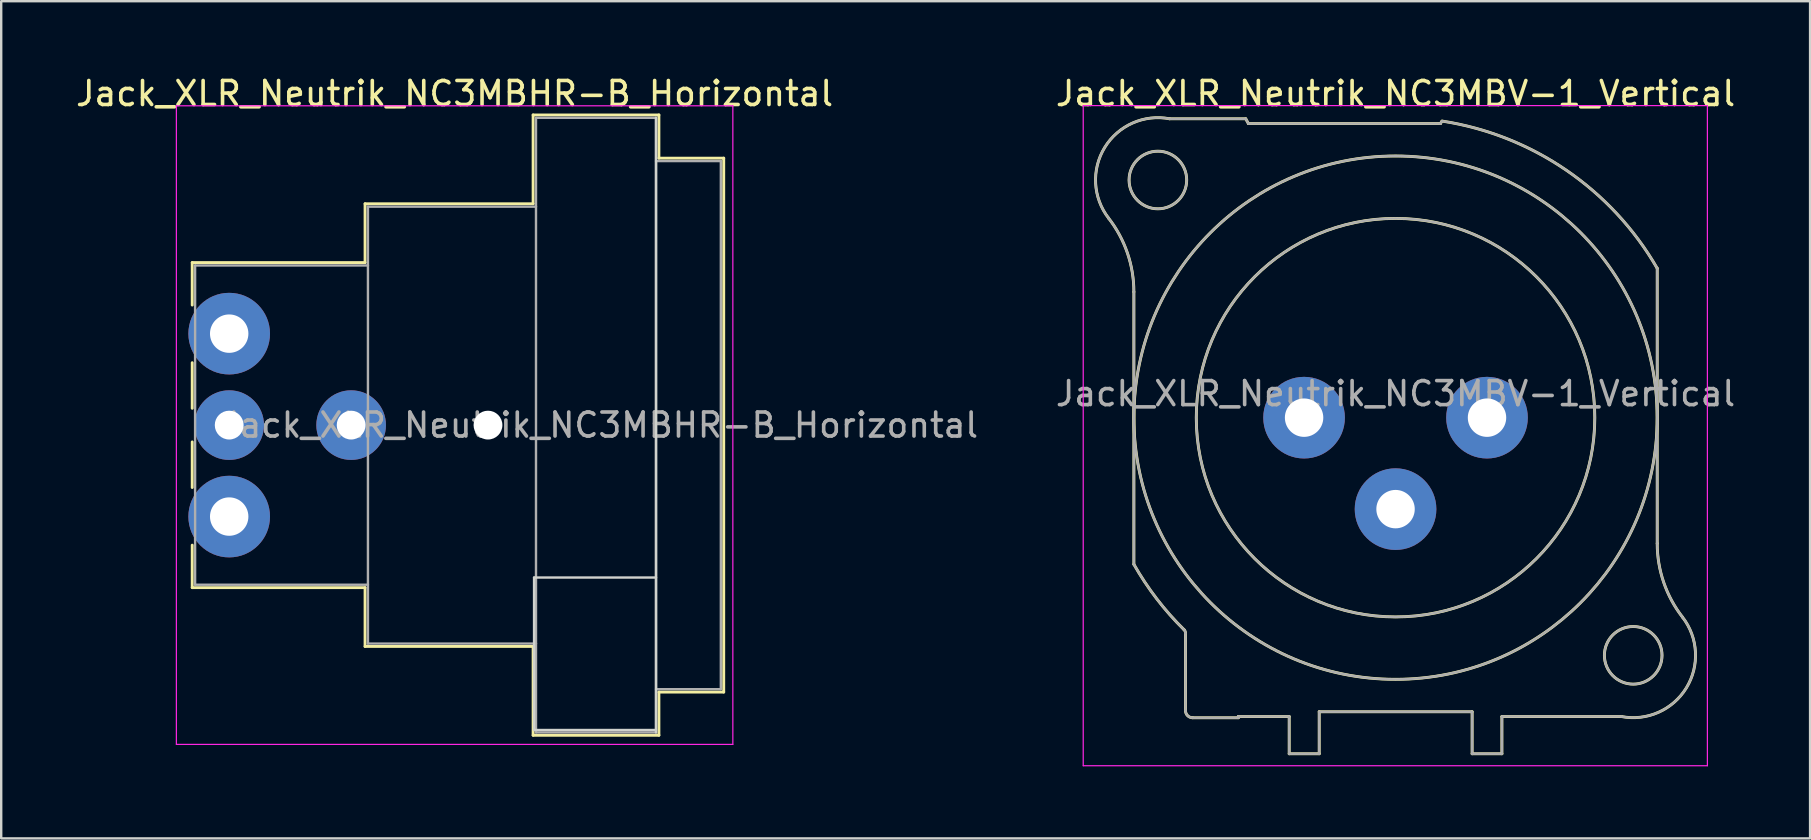
<source format=kicad_pcb>
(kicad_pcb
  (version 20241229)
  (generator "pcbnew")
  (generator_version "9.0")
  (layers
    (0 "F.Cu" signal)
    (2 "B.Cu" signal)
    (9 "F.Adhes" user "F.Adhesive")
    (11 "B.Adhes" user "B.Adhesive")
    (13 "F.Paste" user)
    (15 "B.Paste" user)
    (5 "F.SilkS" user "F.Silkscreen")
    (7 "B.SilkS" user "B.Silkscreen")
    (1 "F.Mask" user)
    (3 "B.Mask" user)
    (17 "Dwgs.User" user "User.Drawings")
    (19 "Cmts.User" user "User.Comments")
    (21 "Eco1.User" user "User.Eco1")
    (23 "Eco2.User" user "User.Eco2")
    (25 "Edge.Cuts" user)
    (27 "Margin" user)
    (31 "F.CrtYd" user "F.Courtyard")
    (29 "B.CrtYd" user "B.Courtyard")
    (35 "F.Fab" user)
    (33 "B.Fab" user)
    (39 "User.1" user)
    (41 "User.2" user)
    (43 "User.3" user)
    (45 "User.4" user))
  (footprint "Jack_XLR_Neutrik_NC3MBHR-B_Horizontal"
    (layer "F.Cu")
    (at 6.497 10.848)
    (property "Reference" "Jack_XLR_Neutrik_NC3MBHR-B_Horizontal" (at 9.39 -10 0) (layer "F.SilkS") (effects (font (size 1 1) (thickness 0.15))))
    (attr through_hole)
    (fp_line (start -1.54 -2.96) (end -1.54 -1.19) (stroke (width 0.12) (type solid)) (layer "F.SilkS"))
    (fp_line (start -1.54 3.11) (end -1.54 1.21) (stroke (width 0.12) (type solid)) (layer "F.SilkS"))
    (fp_line (start -1.54 4.51) (end -1.54 6.41) (stroke (width 0.12) (type solid)) (layer "F.SilkS"))
    (fp_line (start -1.54 8.81) (end -1.54 10.58) (stroke (width 0.12) (type solid)) (layer "F.SilkS"))
    (fp_line (start 5.66 -2.96) (end -1.54 -2.96) (stroke (width 0.12) (type solid)) (layer "F.SilkS"))
    (fp_line (start 5.66 -2.96) (end 5.66 -5.41) (stroke (width 0.12) (type solid)) (layer "F.SilkS"))
    (fp_line (start 5.66 10.58) (end -1.54 10.58) (stroke (width 0.12) (type solid)) (layer "F.SilkS"))
    (fp_line (start 5.66 10.58) (end 5.66 13.03) (stroke (width 0.12) (type solid)) (layer "F.SilkS"))
    (fp_line (start 12.66 -5.41) (end 5.66 -5.41) (stroke (width 0.12) (type solid)) (layer "F.SilkS"))
    (fp_line (start 12.66 -5.41) (end 12.66 -9.11) (stroke (width 0.12) (type solid)) (layer "F.SilkS"))
    (fp_line (start 12.66 13.03) (end 5.66 13.03) (stroke (width 0.12) (type solid)) (layer "F.SilkS"))
    (fp_line (start 12.66 16.73) (end 12.66 13.03) (stroke (width 0.12) (type solid)) (layer "F.SilkS"))
    (fp_line (start 17.9 -9.11) (end 12.66 -9.11) (stroke (width 0.12) (type solid)) (layer "F.SilkS"))
    (fp_line (start 17.9 -9.11) (end 17.9 -7.31) (stroke (width 0.12) (type solid)) (layer "F.SilkS"))
    (fp_line (start 17.9 -7.31) (end 20.6 -7.31) (stroke (width 0.12) (type solid)) (layer "F.SilkS"))
    (fp_line (start 17.9 14.93) (end 17.9 16.73) (stroke (width 0.12) (type solid)) (layer "F.SilkS"))
    (fp_line (start 17.9 14.93) (end 20.6 14.93) (stroke (width 0.12) (type solid)) (layer "F.SilkS"))
    (fp_line (start 17.9 16.73) (end 12.66 16.73) (stroke (width 0.12) (type solid)) (layer "F.SilkS"))
    (fp_line (start 20.6 -7.31) (end 20.6 14.93) (stroke (width 0.12) (type solid)) (layer "F.SilkS"))
    (fp_line (start 12.7 10.16) (end 12.7 16.51) (stroke (width 0.1) (type solid)) (layer "Edge.Cuts"))
    (fp_line (start 12.7 16.51) (end 17.78 16.51) (stroke (width 0.1) (type solid)) (layer "Edge.Cuts"))
    (fp_line (start 17.78 -8.99) (end 17.78 16.61) (stroke (width 0.1) (type solid)) (layer "Edge.Cuts"))
    (fp_line (start 17.78 10.16) (end 12.7 10.16) (stroke (width 0.1) (type solid)) (layer "Edge.Cuts"))
    (fp_line (start -2.2 -9.49) (end -2.2 17.11) (stroke (width 0.05) (type solid)) (layer "F.CrtYd"))
    (fp_line (start 20.98 -9.49) (end -2.2 -9.49) (stroke (width 0.05) (type solid)) (layer "F.CrtYd"))
    (fp_line (start 20.98 -9.49) (end 20.98 17.11) (stroke (width 0.05) (type solid)) (layer "F.CrtYd"))
    (fp_line (start 20.98 17.11) (end -2.2 17.11) (stroke (width 0.05) (type solid)) (layer "F.CrtYd"))
    (fp_line (start -1.42 -2.84) (end -1.42 10.46) (stroke (width 0.1) (type solid)) (layer "F.Fab"))
    (fp_line (start 5.78 -2.84) (end -1.42 -2.84) (stroke (width 0.1) (type solid)) (layer "F.Fab"))
    (fp_line (start 5.78 10.46) (end -1.42 10.46) (stroke (width 0.1) (type solid)) (layer "F.Fab"))
    (fp_line (start 5.78 12.91) (end 5.78 -5.29) (stroke (width 0.1) (type solid)) (layer "F.Fab"))
    (fp_line (start 5.78 12.91) (end 12.78 12.91) (stroke (width 0.1) (type solid)) (layer "F.Fab"))
    (fp_line (start 12.78 -8.99) (end 17.78 -8.99) (stroke (width 0.1) (type solid)) (layer "F.Fab"))
    (fp_line (start 12.78 -5.29) (end 5.78 -5.29) (stroke (width 0.1) (type solid)) (layer "F.Fab"))
    (fp_line (start 12.78 16.61) (end 12.78 -8.99) (stroke (width 0.1) (type solid)) (layer "F.Fab"))
    (fp_line (start 17.78 -8.99) (end 17.78 16.61) (stroke (width 0.1) (type solid)) (layer "F.Fab"))
    (fp_line (start 17.78 -7.19) (end 20.48 -7.19) (stroke (width 0.1) (type solid)) (layer "F.Fab"))
    (fp_line (start 17.78 16.61) (end 12.78 16.61) (stroke (width 0.1) (type solid)) (layer "F.Fab"))
    (fp_line (start 20.48 -7.19) (end 20.48 14.81) (stroke (width 0.1) (type solid)) (layer "F.Fab"))
    (fp_line (start 20.48 14.81) (end 17.78 14.81) (stroke (width 0.1) (type solid)) (layer "F.Fab"))
    (fp_text user "${REFERENCE}" (at 15.43 3.81 0) (layer "F.Fab") (effects (font (size 1 1) (thickness 0.15))))
    (pad "" np_thru_hole circle (at 10.78 3.81) (size 1.2 1.2) (drill 1.2) (layers "*.Cu" "*.Mask"))
    (pad "1" thru_hole circle (at 0 0) (size 3.4 3.4) (drill 1.6) (layers "*.Cu" "*.Mask"))
    (pad "2" thru_hole circle (at 0 3.81) (size 2.9 2.9) (drill 1.2) (layers "*.Cu" "*.Mask"))
    (pad "3" thru_hole circle (at 0 7.62) (size 3.4 3.4) (drill 1.6) (layers "*.Cu" "*.Mask"))
    (pad "G" thru_hole circle (at 5.08 3.81) (size 2.9 2.9) (drill 1.2) (layers "*.Cu" "*.Mask")))
  (footprint "Jack_XLR_Neutrik_NC3MBV-1_Vertical"
    (layer "F.Cu")
    (at 51.272 14.348)
    (property "Reference" "Jack_XLR_Neutrik_NC3MBV-1_Vertical" (at 3.81 -13.5 0) (layer "F.SilkS") (effects (font (size 1 1) (thickness 0.15))))
    (attr through_hole)
    (fp_line (start -7.09 -5.24) (end -7.09 6.11) (stroke (width 0.12) (type solid)) (layer "F.SilkS"))
    (fp_line (start -4.94 12.2) (end -4.94 8.98) (stroke (width 0.12) (type solid)) (layer "F.SilkS"))
    (fp_line (start -4.64 12.5) (end -2.74 12.5) (stroke (width 0.12) (type solid)) (layer "F.SilkS"))
    (fp_line (start -2.74 12.45) (end -0.62 12.45) (stroke (width 0.12) (type solid)) (layer "F.SilkS"))
    (fp_line (start -2.74 12.5) (end -2.74 12.45) (stroke (width 0.12) (type solid)) (layer "F.SilkS"))
    (fp_line (start -2.43 -12.45) (end -5.6 -12.45) (stroke (width 0.12) (type solid)) (layer "F.SilkS"))
    (fp_line (start -2.32 -12.25) (end -2.43 -12.45) (stroke (width 0.12) (type solid)) (layer "F.SilkS"))
    (fp_line (start -0.62 12.45) (end -0.62 14) (stroke (width 0.12) (type solid)) (layer "F.SilkS"))
    (fp_line (start 0.63 12.25) (end 0.63 14) (stroke (width 0.12) (type solid)) (layer "F.SilkS"))
    (fp_line (start 0.63 12.25) (end 7 12.25) (stroke (width 0.12) (type solid)) (layer "F.SilkS"))
    (fp_line (start 0.63 14) (end -0.62 14) (stroke (width 0.12) (type solid)) (layer "F.SilkS"))
    (fp_line (start 5.68 -12.25) (end -2.32 -12.25) (stroke (width 0.12) (type solid)) (layer "F.SilkS"))
    (fp_line (start 5.74 -12.35) (end 5.68 -12.25) (stroke (width 0.12) (type solid)) (layer "F.SilkS"))
    (fp_line (start 7 12.25) (end 7 14) (stroke (width 0.12) (type solid)) (layer "F.SilkS"))
    (fp_line (start 8.24 12.45) (end 8.24 14) (stroke (width 0.12) (type solid)) (layer "F.SilkS"))
    (fp_line (start 8.24 12.45) (end 13.22 12.45) (stroke (width 0.12) (type solid)) (layer "F.SilkS"))
    (fp_line (start 8.24 14) (end 7 14) (stroke (width 0.12) (type solid)) (layer "F.SilkS"))
    (fp_line (start 14.71 5.24) (end 14.71 -6.22) (stroke (width 0.12) (type solid)) (layer "F.SilkS"))
    (fp_arc (start -8.14458 -8.311426) (mid -7.360989 -6.863715) (end -7.09 -5.24) (stroke (width 0.12) (type solid)) (layer "F.SilkS"))
    (fp_arc (start -8.141124 -8.307677) (mid -8.303366 -11.257798) (end -5.6 -12.45) (stroke (width 0.12) (type solid)) (layer "F.SilkS"))
    (fp_arc (start -4.999944 8.832139) (mid -4.954594 8.899835) (end -4.94 8.98) (stroke (width 0.12) (type solid)) (layer "F.SilkS"))
    (fp_arc (start -4.999718 8.833849) (mid -6.1389 7.544091) (end -7.09 6.11) (stroke (width 0.12) (type solid)) (layer "F.SilkS"))
    (fp_arc (start -4.64 12.5) (mid -4.852132 12.412132) (end -4.94 12.2) (stroke (width 0.12) (type solid)) (layer "F.SilkS"))
    (fp_arc (start 5.753207 -12.354269) (mid 10.928439 -10.304601) (end 14.71 -6.22) (stroke (width 0.12) (type solid)) (layer "F.SilkS"))
    (fp_arc (start 15.761124 8.307677) (mid 15.923366 11.257798) (end 13.22 12.45) (stroke (width 0.12) (type solid)) (layer "F.SilkS"))
    (fp_arc (start 15.76458 8.311426) (mid 14.980989 6.863715) (end 14.71 5.24) (stroke (width 0.12) (type solid)) (layer "F.SilkS"))
    (fp_circle (center -6.09 -9.9) (end -4.89 -9.9) (stroke (width 0.12) (type solid)) (fill no) (layer "F.SilkS"))
    (fp_circle (center 3.81 0) (end 12.11 0) (stroke (width 0.12) (type solid)) (fill no) (layer "F.SilkS"))
    (fp_circle (center 3.81 0) (end 14.71 0) (stroke (width 0.12) (type solid)) (fill no) (layer "F.SilkS"))
    (fp_circle (center 13.71 9.9) (end 14.91 9.9) (stroke (width 0.12) (type solid)) (fill no) (layer "F.SilkS"))
    (fp_line (start -9.2 -13) (end 16.8 -13) (stroke (width 0.05) (type solid)) (layer "F.CrtYd"))
    (fp_line (start -9.2 14.5) (end -9.2 -13) (stroke (width 0.05) (type solid)) (layer "F.CrtYd"))
    (fp_line (start 16.8 -13) (end 16.8 14.5) (stroke (width 0.05) (type solid)) (layer "F.CrtYd"))
    (fp_line (start 16.8 14.5) (end -9.2 14.5) (stroke (width 0.05) (type solid)) (layer "F.CrtYd"))
    (fp_line (start -7.09 -5.24) (end -7.09 6.11) (stroke (width 0.1) (type solid)) (layer "F.Fab"))
    (fp_line (start -4.94 12.2) (end -4.94 8.98) (stroke (width 0.1) (type solid)) (layer "F.Fab"))
    (fp_line (start -4.64 12.5) (end -2.74 12.5) (stroke (width 0.1) (type solid)) (layer "F.Fab"))
    (fp_line (start -2.74 12.45) (end -0.62 12.45) (stroke (width 0.1) (type solid)) (layer "F.Fab"))
    (fp_line (start -2.74 12.5) (end -2.74 12.45) (stroke (width 0.1) (type solid)) (layer "F.Fab"))
    (fp_line (start -2.43 -12.45) (end -5.6 -12.45) (stroke (width 0.1) (type solid)) (layer "F.Fab"))
    (fp_line (start -2.32 -12.25) (end -2.43 -12.45) (stroke (width 0.1) (type solid)) (layer "F.Fab"))
    (fp_line (start -0.62 12.45) (end -0.62 14) (stroke (width 0.1) (type solid)) (layer "F.Fab"))
    (fp_line (start 0.63 12.25) (end 0.63 14) (stroke (width 0.1) (type solid)) (layer "F.Fab"))
    (fp_line (start 0.63 12.25) (end 7 12.25) (stroke (width 0.1) (type solid)) (layer "F.Fab"))
    (fp_line (start 0.63 14) (end -0.62 14) (stroke (width 0.1) (type solid)) (layer "F.Fab"))
    (fp_line (start 5.68 -12.25) (end -2.32 -12.25) (stroke (width 0.1) (type solid)) (layer "F.Fab"))
    (fp_line (start 5.74 -12.35) (end 5.68 -12.25) (stroke (width 0.1) (type solid)) (layer "F.Fab"))
    (fp_line (start 7 12.25) (end 7 14) (stroke (width 0.1) (type solid)) (layer "F.Fab"))
    (fp_line (start 8.24 12.45) (end 8.24 14) (stroke (width 0.1) (type solid)) (layer "F.Fab"))
    (fp_line (start 8.24 12.45) (end 13.22 12.45) (stroke (width 0.1) (type solid)) (layer "F.Fab"))
    (fp_line (start 8.24 14) (end 7 14) (stroke (width 0.1) (type solid)) (layer "F.Fab"))
    (fp_line (start 14.71 5.24) (end 14.71 -6.22) (stroke (width 0.1) (type solid)) (layer "F.Fab"))
    (fp_arc (start -8.14458 -8.311426) (mid -7.360989 -6.863715) (end -7.09 -5.24) (stroke (width 0.1) (type solid)) (layer "F.Fab"))
    (fp_arc (start -8.141124 -8.307677) (mid -8.303366 -11.257798) (end -5.6 -12.45) (stroke (width 0.1) (type solid)) (layer "F.Fab"))
    (fp_arc (start -4.999944 8.832139) (mid -4.954594 8.899835) (end -4.94 8.98) (stroke (width 0.1) (type solid)) (layer "F.Fab"))
    (fp_arc (start -4.999718 8.833849) (mid -6.1389 7.544091) (end -7.09 6.11) (stroke (width 0.1) (type solid)) (layer "F.Fab"))
    (fp_arc (start -4.64 12.5) (mid -4.852132 12.412132) (end -4.94 12.2) (stroke (width 0.1) (type solid)) (layer "F.Fab"))
    (fp_arc (start 5.753207 -12.354269) (mid 10.928439 -10.304601) (end 14.71 -6.22) (stroke (width 0.1) (type solid)) (layer "F.Fab"))
    (fp_arc (start 15.761124 8.307677) (mid 15.923366 11.257798) (end 13.22 12.45) (stroke (width 0.1) (type solid)) (layer "F.Fab"))
    (fp_arc (start 15.76458 8.311426) (mid 14.980989 6.863715) (end 14.71 5.24) (stroke (width 0.1) (type solid)) (layer "F.Fab"))
    (fp_circle (center -6.09 -9.9) (end -4.89 -9.9) (stroke (width 0.1) (type solid)) (fill no) (layer "F.Fab"))
    (fp_circle (center 3.81 0) (end 12.11 0) (stroke (width 0.1) (type solid)) (fill no) (layer "F.Fab"))
    (fp_circle (center 3.81 0) (end 14.71 0) (stroke (width 0.1) (type solid)) (fill no) (layer "F.Fab"))
    (fp_circle (center 13.71 9.9) (end 14.91 9.9) (stroke (width 0.1) (type solid)) (fill no) (layer "F.Fab"))
    (fp_text user "${REFERENCE}" (at 3.81 -1 0) (layer "F.Fab") (effects (font (size 1 1) (thickness 0.15))))
    (pad "1" thru_hole circle (at 0 0) (size 3.4 3.4) (drill 1.6) (layers "*.Cu" "*.Mask"))
    (pad "2" thru_hole circle (at 7.62 0) (size 3.4 3.4) (drill 1.6) (layers "*.Cu" "*.Mask"))
    (pad "3" thru_hole circle (at 3.81 3.81) (size 3.4 3.4) (drill 1.6) (layers "*.Cu" "*.Mask")))
  (gr_rect
    (start -3 -3)
    (end 72.35 31.873)
    (stroke (width 0.1) (type default))
    (fill no)
    (layer "Edge.Cuts")))
</source>
